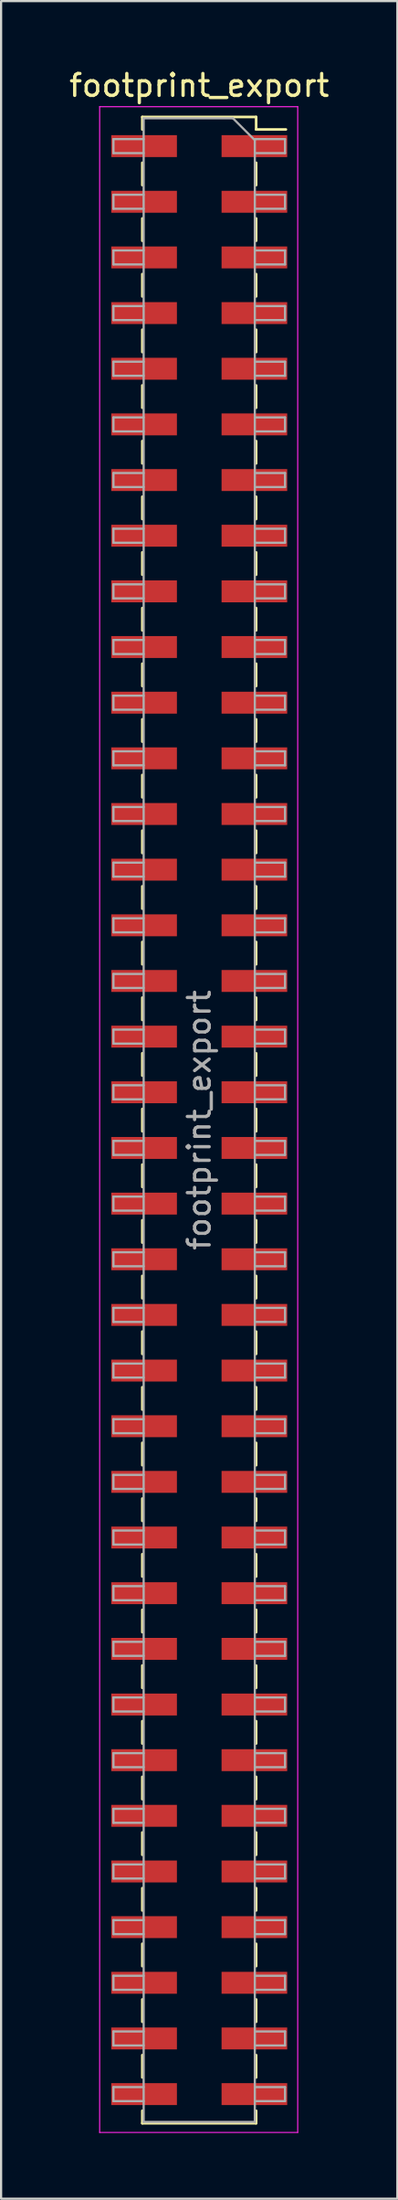
<source format=kicad_pcb>
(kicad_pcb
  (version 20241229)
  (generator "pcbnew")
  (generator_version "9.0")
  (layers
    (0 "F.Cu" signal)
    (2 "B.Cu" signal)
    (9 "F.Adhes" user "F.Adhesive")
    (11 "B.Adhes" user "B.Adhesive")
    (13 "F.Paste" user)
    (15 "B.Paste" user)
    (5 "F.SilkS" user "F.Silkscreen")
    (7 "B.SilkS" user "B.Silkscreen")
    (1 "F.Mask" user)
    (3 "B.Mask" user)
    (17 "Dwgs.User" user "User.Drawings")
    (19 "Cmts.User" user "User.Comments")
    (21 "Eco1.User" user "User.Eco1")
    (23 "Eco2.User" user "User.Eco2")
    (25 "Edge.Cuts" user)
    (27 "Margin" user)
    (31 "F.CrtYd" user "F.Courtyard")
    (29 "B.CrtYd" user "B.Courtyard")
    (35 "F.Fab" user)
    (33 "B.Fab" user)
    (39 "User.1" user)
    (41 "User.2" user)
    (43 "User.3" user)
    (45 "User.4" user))
  (footprint "footprint_export"
    (layer "F.Cu")
    (at 6.054 48.068)
    (property "Reference" "footprint_export" (at 0 -47.22 0) (layer "F.SilkS") (effects (font (size 1 1) (thickness 0.15))))
    (attr smd)
    (fp_line (start -2.6 -45.78) (end -2.6 -45.21) (stroke (width 0.12) (type solid)) (layer "F.SilkS"))
    (fp_line (start -2.6 -45.78) (end 2.6 -45.78) (stroke (width 0.12) (type solid)) (layer "F.SilkS"))
    (fp_line (start -2.6 -43.69) (end -2.6 -42.67) (stroke (width 0.12) (type solid)) (layer "F.SilkS"))
    (fp_line (start -2.6 -41.15) (end -2.6 -40.13) (stroke (width 0.12) (type solid)) (layer "F.SilkS"))
    (fp_line (start -2.6 -38.61) (end -2.6 -37.59) (stroke (width 0.12) (type solid)) (layer "F.SilkS"))
    (fp_line (start -2.6 -36.07) (end -2.6 -35.05) (stroke (width 0.12) (type solid)) (layer "F.SilkS"))
    (fp_line (start -2.6 -33.53) (end -2.6 -32.51) (stroke (width 0.12) (type solid)) (layer "F.SilkS"))
    (fp_line (start -2.6 -30.99) (end -2.6 -29.97) (stroke (width 0.12) (type solid)) (layer "F.SilkS"))
    (fp_line (start -2.6 -28.45) (end -2.6 -27.43) (stroke (width 0.12) (type solid)) (layer "F.SilkS"))
    (fp_line (start -2.6 -25.91) (end -2.6 -24.89) (stroke (width 0.12) (type solid)) (layer "F.SilkS"))
    (fp_line (start -2.6 -23.37) (end -2.6 -22.35) (stroke (width 0.12) (type solid)) (layer "F.SilkS"))
    (fp_line (start -2.6 -20.83) (end -2.6 -19.81) (stroke (width 0.12) (type solid)) (layer "F.SilkS"))
    (fp_line (start -2.6 -18.29) (end -2.6 -17.27) (stroke (width 0.12) (type solid)) (layer "F.SilkS"))
    (fp_line (start -2.6 -15.75) (end -2.6 -14.73) (stroke (width 0.12) (type solid)) (layer "F.SilkS"))
    (fp_line (start -2.6 -13.21) (end -2.6 -12.19) (stroke (width 0.12) (type solid)) (layer "F.SilkS"))
    (fp_line (start -2.6 -10.67) (end -2.6 -9.65) (stroke (width 0.12) (type solid)) (layer "F.SilkS"))
    (fp_line (start -2.6 -8.13) (end -2.6 -7.11) (stroke (width 0.12) (type solid)) (layer "F.SilkS"))
    (fp_line (start -2.6 -5.59) (end -2.6 -4.57) (stroke (width 0.12) (type solid)) (layer "F.SilkS"))
    (fp_line (start -2.6 -3.05) (end -2.6 -2.03) (stroke (width 0.12) (type solid)) (layer "F.SilkS"))
    (fp_line (start -2.6 -0.51) (end -2.6 0.51) (stroke (width 0.12) (type solid)) (layer "F.SilkS"))
    (fp_line (start -2.6 2.03) (end -2.6 3.05) (stroke (width 0.12) (type solid)) (layer "F.SilkS"))
    (fp_line (start -2.6 4.57) (end -2.6 5.59) (stroke (width 0.12) (type solid)) (layer "F.SilkS"))
    (fp_line (start -2.6 7.11) (end -2.6 8.13) (stroke (width 0.12) (type solid)) (layer "F.SilkS"))
    (fp_line (start -2.6 9.65) (end -2.6 10.67) (stroke (width 0.12) (type solid)) (layer "F.SilkS"))
    (fp_line (start -2.6 12.19) (end -2.6 13.21) (stroke (width 0.12) (type solid)) (layer "F.SilkS"))
    (fp_line (start -2.6 14.73) (end -2.6 15.75) (stroke (width 0.12) (type solid)) (layer "F.SilkS"))
    (fp_line (start -2.6 17.27) (end -2.6 18.29) (stroke (width 0.12) (type solid)) (layer "F.SilkS"))
    (fp_line (start -2.6 19.81) (end -2.6 20.83) (stroke (width 0.12) (type solid)) (layer "F.SilkS"))
    (fp_line (start -2.6 22.35) (end -2.6 23.37) (stroke (width 0.12) (type solid)) (layer "F.SilkS"))
    (fp_line (start -2.6 24.89) (end -2.6 25.91) (stroke (width 0.12) (type solid)) (layer "F.SilkS"))
    (fp_line (start -2.6 27.43) (end -2.6 28.45) (stroke (width 0.12) (type solid)) (layer "F.SilkS"))
    (fp_line (start -2.6 29.97) (end -2.6 30.99) (stroke (width 0.12) (type solid)) (layer "F.SilkS"))
    (fp_line (start -2.6 32.51) (end -2.6 33.53) (stroke (width 0.12) (type solid)) (layer "F.SilkS"))
    (fp_line (start -2.6 35.05) (end -2.6 36.07) (stroke (width 0.12) (type solid)) (layer "F.SilkS"))
    (fp_line (start -2.6 37.59) (end -2.6 38.61) (stroke (width 0.12) (type solid)) (layer "F.SilkS"))
    (fp_line (start -2.6 40.13) (end -2.6 41.15) (stroke (width 0.12) (type solid)) (layer "F.SilkS"))
    (fp_line (start -2.6 42.67) (end -2.6 43.69) (stroke (width 0.12) (type solid)) (layer "F.SilkS"))
    (fp_line (start -2.6 45.21) (end -2.6 45.78) (stroke (width 0.12) (type solid)) (layer "F.SilkS"))
    (fp_line (start -2.6 45.78) (end 2.6 45.78) (stroke (width 0.12) (type solid)) (layer "F.SilkS"))
    (fp_line (start 2.6 -45.78) (end 2.6 -45.21) (stroke (width 0.12) (type solid)) (layer "F.SilkS"))
    (fp_line (start 2.6 -45.21) (end 3.96 -45.21) (stroke (width 0.12) (type solid)) (layer "F.SilkS"))
    (fp_line (start 2.6 -43.69) (end 2.6 -42.67) (stroke (width 0.12) (type solid)) (layer "F.SilkS"))
    (fp_line (start 2.6 -41.15) (end 2.6 -40.13) (stroke (width 0.12) (type solid)) (layer "F.SilkS"))
    (fp_line (start 2.6 -38.61) (end 2.6 -37.59) (stroke (width 0.12) (type solid)) (layer "F.SilkS"))
    (fp_line (start 2.6 -36.07) (end 2.6 -35.05) (stroke (width 0.12) (type solid)) (layer "F.SilkS"))
    (fp_line (start 2.6 -33.53) (end 2.6 -32.51) (stroke (width 0.12) (type solid)) (layer "F.SilkS"))
    (fp_line (start 2.6 -30.99) (end 2.6 -29.97) (stroke (width 0.12) (type solid)) (layer "F.SilkS"))
    (fp_line (start 2.6 -28.45) (end 2.6 -27.43) (stroke (width 0.12) (type solid)) (layer "F.SilkS"))
    (fp_line (start 2.6 -25.91) (end 2.6 -24.89) (stroke (width 0.12) (type solid)) (layer "F.SilkS"))
    (fp_line (start 2.6 -23.37) (end 2.6 -22.35) (stroke (width 0.12) (type solid)) (layer "F.SilkS"))
    (fp_line (start 2.6 -20.83) (end 2.6 -19.81) (stroke (width 0.12) (type solid)) (layer "F.SilkS"))
    (fp_line (start 2.6 -18.29) (end 2.6 -17.27) (stroke (width 0.12) (type solid)) (layer "F.SilkS"))
    (fp_line (start 2.6 -15.75) (end 2.6 -14.73) (stroke (width 0.12) (type solid)) (layer "F.SilkS"))
    (fp_line (start 2.6 -13.21) (end 2.6 -12.19) (stroke (width 0.12) (type solid)) (layer "F.SilkS"))
    (fp_line (start 2.6 -10.67) (end 2.6 -9.65) (stroke (width 0.12) (type solid)) (layer "F.SilkS"))
    (fp_line (start 2.6 -8.13) (end 2.6 -7.11) (stroke (width 0.12) (type solid)) (layer "F.SilkS"))
    (fp_line (start 2.6 -5.59) (end 2.6 -4.57) (stroke (width 0.12) (type solid)) (layer "F.SilkS"))
    (fp_line (start 2.6 -3.05) (end 2.6 -2.03) (stroke (width 0.12) (type solid)) (layer "F.SilkS"))
    (fp_line (start 2.6 -0.51) (end 2.6 0.51) (stroke (width 0.12) (type solid)) (layer "F.SilkS"))
    (fp_line (start 2.6 2.03) (end 2.6 3.05) (stroke (width 0.12) (type solid)) (layer "F.SilkS"))
    (fp_line (start 2.6 4.57) (end 2.6 5.59) (stroke (width 0.12) (type solid)) (layer "F.SilkS"))
    (fp_line (start 2.6 7.11) (end 2.6 8.13) (stroke (width 0.12) (type solid)) (layer "F.SilkS"))
    (fp_line (start 2.6 9.65) (end 2.6 10.67) (stroke (width 0.12) (type solid)) (layer "F.SilkS"))
    (fp_line (start 2.6 12.19) (end 2.6 13.21) (stroke (width 0.12) (type solid)) (layer "F.SilkS"))
    (fp_line (start 2.6 14.73) (end 2.6 15.75) (stroke (width 0.12) (type solid)) (layer "F.SilkS"))
    (fp_line (start 2.6 17.27) (end 2.6 18.29) (stroke (width 0.12) (type solid)) (layer "F.SilkS"))
    (fp_line (start 2.6 19.81) (end 2.6 20.83) (stroke (width 0.12) (type solid)) (layer "F.SilkS"))
    (fp_line (start 2.6 22.35) (end 2.6 23.37) (stroke (width 0.12) (type solid)) (layer "F.SilkS"))
    (fp_line (start 2.6 24.89) (end 2.6 25.91) (stroke (width 0.12) (type solid)) (layer "F.SilkS"))
    (fp_line (start 2.6 27.43) (end 2.6 28.45) (stroke (width 0.12) (type solid)) (layer "F.SilkS"))
    (fp_line (start 2.6 29.97) (end 2.6 30.99) (stroke (width 0.12) (type solid)) (layer "F.SilkS"))
    (fp_line (start 2.6 32.51) (end 2.6 33.53) (stroke (width 0.12) (type solid)) (layer "F.SilkS"))
    (fp_line (start 2.6 35.05) (end 2.6 36.07) (stroke (width 0.12) (type solid)) (layer "F.SilkS"))
    (fp_line (start 2.6 37.59) (end 2.6 38.61) (stroke (width 0.12) (type solid)) (layer "F.SilkS"))
    (fp_line (start 2.6 40.13) (end 2.6 41.15) (stroke (width 0.12) (type solid)) (layer "F.SilkS"))
    (fp_line (start 2.6 42.67) (end 2.6 43.69) (stroke (width 0.12) (type solid)) (layer "F.SilkS"))
    (fp_line (start 2.6 45.21) (end 2.6 45.78) (stroke (width 0.12) (type solid)) (layer "F.SilkS"))
    (fp_line (start -4.55 -46.25) (end 4.5 -46.25) (stroke (width 0.05) (type solid)) (layer "F.CrtYd"))
    (fp_line (start -4.55 46.2) (end -4.55 -46.25) (stroke (width 0.05) (type solid)) (layer "F.CrtYd"))
    (fp_line (start 4.5 -46.25) (end 4.5 46.2) (stroke (width 0.05) (type solid)) (layer "F.CrtYd"))
    (fp_line (start 4.5 46.2) (end -4.55 46.2) (stroke (width 0.05) (type solid)) (layer "F.CrtYd"))
    (fp_line (start -3.92 -44.77) (end -2.54 -44.77) (stroke (width 0.1) (type solid)) (layer "F.Fab"))
    (fp_line (start -3.92 -44.13) (end -3.92 -44.77) (stroke (width 0.1) (type solid)) (layer "F.Fab"))
    (fp_line (start -3.92 -42.23) (end -2.54 -42.23) (stroke (width 0.1) (type solid)) (layer "F.Fab"))
    (fp_line (start -3.92 -41.59) (end -3.92 -42.23) (stroke (width 0.1) (type solid)) (layer "F.Fab"))
    (fp_line (start -3.92 -39.69) (end -2.54 -39.69) (stroke (width 0.1) (type solid)) (layer "F.Fab"))
    (fp_line (start -3.92 -39.05) (end -3.92 -39.69) (stroke (width 0.1) (type solid)) (layer "F.Fab"))
    (fp_line (start -3.92 -37.15) (end -2.54 -37.15) (stroke (width 0.1) (type solid)) (layer "F.Fab"))
    (fp_line (start -3.92 -36.51) (end -3.92 -37.15) (stroke (width 0.1) (type solid)) (layer "F.Fab"))
    (fp_line (start -3.92 -34.61) (end -2.54 -34.61) (stroke (width 0.1) (type solid)) (layer "F.Fab"))
    (fp_line (start -3.92 -33.97) (end -3.92 -34.61) (stroke (width 0.1) (type solid)) (layer "F.Fab"))
    (fp_line (start -3.92 -32.07) (end -2.54 -32.07) (stroke (width 0.1) (type solid)) (layer "F.Fab"))
    (fp_line (start -3.92 -31.43) (end -3.92 -32.07) (stroke (width 0.1) (type solid)) (layer "F.Fab"))
    (fp_line (start -3.92 -29.53) (end -2.54 -29.53) (stroke (width 0.1) (type solid)) (layer "F.Fab"))
    (fp_line (start -3.92 -28.89) (end -3.92 -29.53) (stroke (width 0.1) (type solid)) (layer "F.Fab"))
    (fp_line (start -3.92 -26.99) (end -2.54 -26.99) (stroke (width 0.1) (type solid)) (layer "F.Fab"))
    (fp_line (start -3.92 -26.35) (end -3.92 -26.99) (stroke (width 0.1) (type solid)) (layer "F.Fab"))
    (fp_line (start -3.92 -24.45) (end -2.54 -24.45) (stroke (width 0.1) (type solid)) (layer "F.Fab"))
    (fp_line (start -3.92 -23.81) (end -3.92 -24.45) (stroke (width 0.1) (type solid)) (layer "F.Fab"))
    (fp_line (start -3.92 -21.91) (end -2.54 -21.91) (stroke (width 0.1) (type solid)) (layer "F.Fab"))
    (fp_line (start -3.92 -21.27) (end -3.92 -21.91) (stroke (width 0.1) (type solid)) (layer "F.Fab"))
    (fp_line (start -3.92 -19.37) (end -2.54 -19.37) (stroke (width 0.1) (type solid)) (layer "F.Fab"))
    (fp_line (start -3.92 -18.73) (end -3.92 -19.37) (stroke (width 0.1) (type solid)) (layer "F.Fab"))
    (fp_line (start -3.92 -16.83) (end -2.54 -16.83) (stroke (width 0.1) (type solid)) (layer "F.Fab"))
    (fp_line (start -3.92 -16.19) (end -3.92 -16.83) (stroke (width 0.1) (type solid)) (layer "F.Fab"))
    (fp_line (start -3.92 -14.29) (end -2.54 -14.29) (stroke (width 0.1) (type solid)) (layer "F.Fab"))
    (fp_line (start -3.92 -13.65) (end -3.92 -14.29) (stroke (width 0.1) (type solid)) (layer "F.Fab"))
    (fp_line (start -3.92 -11.75) (end -2.54 -11.75) (stroke (width 0.1) (type solid)) (layer "F.Fab"))
    (fp_line (start -3.92 -11.11) (end -3.92 -11.75) (stroke (width 0.1) (type solid)) (layer "F.Fab"))
    (fp_line (start -3.92 -9.21) (end -2.54 -9.21) (stroke (width 0.1) (type solid)) (layer "F.Fab"))
    (fp_line (start -3.92 -8.57) (end -3.92 -9.21) (stroke (width 0.1) (type solid)) (layer "F.Fab"))
    (fp_line (start -3.92 -6.67) (end -2.54 -6.67) (stroke (width 0.1) (type solid)) (layer "F.Fab"))
    (fp_line (start -3.92 -6.03) (end -3.92 -6.67) (stroke (width 0.1) (type solid)) (layer "F.Fab"))
    (fp_line (start -3.92 -4.13) (end -2.54 -4.13) (stroke (width 0.1) (type solid)) (layer "F.Fab"))
    (fp_line (start -3.92 -3.49) (end -3.92 -4.13) (stroke (width 0.1) (type solid)) (layer "F.Fab"))
    (fp_line (start -3.92 -1.59) (end -2.54 -1.59) (stroke (width 0.1) (type solid)) (layer "F.Fab"))
    (fp_line (start -3.92 -0.95) (end -3.92 -1.59) (stroke (width 0.1) (type solid)) (layer "F.Fab"))
    (fp_line (start -3.92 0.95) (end -2.54 0.95) (stroke (width 0.1) (type solid)) (layer "F.Fab"))
    (fp_line (start -3.92 1.59) (end -3.92 0.95) (stroke (width 0.1) (type solid)) (layer "F.Fab"))
    (fp_line (start -3.92 3.49) (end -2.54 3.49) (stroke (width 0.1) (type solid)) (layer "F.Fab"))
    (fp_line (start -3.92 4.13) (end -3.92 3.49) (stroke (width 0.1) (type solid)) (layer "F.Fab"))
    (fp_line (start -3.92 6.03) (end -2.54 6.03) (stroke (width 0.1) (type solid)) (layer "F.Fab"))
    (fp_line (start -3.92 6.67) (end -3.92 6.03) (stroke (width 0.1) (type solid)) (layer "F.Fab"))
    (fp_line (start -3.92 8.57) (end -2.54 8.57) (stroke (width 0.1) (type solid)) (layer "F.Fab"))
    (fp_line (start -3.92 9.21) (end -3.92 8.57) (stroke (width 0.1) (type solid)) (layer "F.Fab"))
    (fp_line (start -3.92 11.11) (end -2.54 11.11) (stroke (width 0.1) (type solid)) (layer "F.Fab"))
    (fp_line (start -3.92 11.75) (end -3.92 11.11) (stroke (width 0.1) (type solid)) (layer "F.Fab"))
    (fp_line (start -3.92 13.65) (end -2.54 13.65) (stroke (width 0.1) (type solid)) (layer "F.Fab"))
    (fp_line (start -3.92 14.29) (end -3.92 13.65) (stroke (width 0.1) (type solid)) (layer "F.Fab"))
    (fp_line (start -3.92 16.19) (end -2.54 16.19) (stroke (width 0.1) (type solid)) (layer "F.Fab"))
    (fp_line (start -3.92 16.83) (end -3.92 16.19) (stroke (width 0.1) (type solid)) (layer "F.Fab"))
    (fp_line (start -3.92 18.73) (end -2.54 18.73) (stroke (width 0.1) (type solid)) (layer "F.Fab"))
    (fp_line (start -3.92 19.37) (end -3.92 18.73) (stroke (width 0.1) (type solid)) (layer "F.Fab"))
    (fp_line (start -3.92 21.27) (end -2.54 21.27) (stroke (width 0.1) (type solid)) (layer "F.Fab"))
    (fp_line (start -3.92 21.91) (end -3.92 21.27) (stroke (width 0.1) (type solid)) (layer "F.Fab"))
    (fp_line (start -3.92 23.81) (end -2.54 23.81) (stroke (width 0.1) (type solid)) (layer "F.Fab"))
    (fp_line (start -3.92 24.45) (end -3.92 23.81) (stroke (width 0.1) (type solid)) (layer "F.Fab"))
    (fp_line (start -3.92 26.35) (end -2.54 26.35) (stroke (width 0.1) (type solid)) (layer "F.Fab"))
    (fp_line (start -3.92 26.99) (end -3.92 26.35) (stroke (width 0.1) (type solid)) (layer "F.Fab"))
    (fp_line (start -3.92 28.89) (end -2.54 28.89) (stroke (width 0.1) (type solid)) (layer "F.Fab"))
    (fp_line (start -3.92 29.53) (end -3.92 28.89) (stroke (width 0.1) (type solid)) (layer "F.Fab"))
    (fp_line (start -3.92 31.43) (end -2.54 31.43) (stroke (width 0.1) (type solid)) (layer "F.Fab"))
    (fp_line (start -3.92 32.07) (end -3.92 31.43) (stroke (width 0.1) (type solid)) (layer "F.Fab"))
    (fp_line (start -3.92 33.97) (end -2.54 33.97) (stroke (width 0.1) (type solid)) (layer "F.Fab"))
    (fp_line (start -3.92 34.61) (end -3.92 33.97) (stroke (width 0.1) (type solid)) (layer "F.Fab"))
    (fp_line (start -3.92 36.51) (end -2.54 36.51) (stroke (width 0.1) (type solid)) (layer "F.Fab"))
    (fp_line (start -3.92 37.15) (end -3.92 36.51) (stroke (width 0.1) (type solid)) (layer "F.Fab"))
    (fp_line (start -3.92 39.05) (end -2.54 39.05) (stroke (width 0.1) (type solid)) (layer "F.Fab"))
    (fp_line (start -3.92 39.69) (end -3.92 39.05) (stroke (width 0.1) (type solid)) (layer "F.Fab"))
    (fp_line (start -3.92 41.59) (end -2.54 41.59) (stroke (width 0.1) (type solid)) (layer "F.Fab"))
    (fp_line (start -3.92 42.23) (end -3.92 41.59) (stroke (width 0.1) (type solid)) (layer "F.Fab"))
    (fp_line (start -3.92 44.13) (end -2.54 44.13) (stroke (width 0.1) (type solid)) (layer "F.Fab"))
    (fp_line (start -3.92 44.77) (end -3.92 44.13) (stroke (width 0.1) (type solid)) (layer "F.Fab"))
    (fp_line (start -2.54 -45.72) (end 1.54 -45.72) (stroke (width 0.1) (type solid)) (layer "F.Fab"))
    (fp_line (start -2.54 -44.13) (end -3.92 -44.13) (stroke (width 0.1) (type solid)) (layer "F.Fab"))
    (fp_line (start -2.54 -41.59) (end -3.92 -41.59) (stroke (width 0.1) (type solid)) (layer "F.Fab"))
    (fp_line (start -2.54 -39.05) (end -3.92 -39.05) (stroke (width 0.1) (type solid)) (layer "F.Fab"))
    (fp_line (start -2.54 -36.51) (end -3.92 -36.51) (stroke (width 0.1) (type solid)) (layer "F.Fab"))
    (fp_line (start -2.54 -33.97) (end -3.92 -33.97) (stroke (width 0.1) (type solid)) (layer "F.Fab"))
    (fp_line (start -2.54 -31.43) (end -3.92 -31.43) (stroke (width 0.1) (type solid)) (layer "F.Fab"))
    (fp_line (start -2.54 -28.89) (end -3.92 -28.89) (stroke (width 0.1) (type solid)) (layer "F.Fab"))
    (fp_line (start -2.54 -26.35) (end -3.92 -26.35) (stroke (width 0.1) (type solid)) (layer "F.Fab"))
    (fp_line (start -2.54 -23.81) (end -3.92 -23.81) (stroke (width 0.1) (type solid)) (layer "F.Fab"))
    (fp_line (start -2.54 -21.27) (end -3.92 -21.27) (stroke (width 0.1) (type solid)) (layer "F.Fab"))
    (fp_line (start -2.54 -18.73) (end -3.92 -18.73) (stroke (width 0.1) (type solid)) (layer "F.Fab"))
    (fp_line (start -2.54 -16.19) (end -3.92 -16.19) (stroke (width 0.1) (type solid)) (layer "F.Fab"))
    (fp_line (start -2.54 -13.65) (end -3.92 -13.65) (stroke (width 0.1) (type solid)) (layer "F.Fab"))
    (fp_line (start -2.54 -11.11) (end -3.92 -11.11) (stroke (width 0.1) (type solid)) (layer "F.Fab"))
    (fp_line (start -2.54 -8.57) (end -3.92 -8.57) (stroke (width 0.1) (type solid)) (layer "F.Fab"))
    (fp_line (start -2.54 -6.03) (end -3.92 -6.03) (stroke (width 0.1) (type solid)) (layer "F.Fab"))
    (fp_line (start -2.54 -3.49) (end -3.92 -3.49) (stroke (width 0.1) (type solid)) (layer "F.Fab"))
    (fp_line (start -2.54 -0.95) (end -3.92 -0.95) (stroke (width 0.1) (type solid)) (layer "F.Fab"))
    (fp_line (start -2.54 1.59) (end -3.92 1.59) (stroke (width 0.1) (type solid)) (layer "F.Fab"))
    (fp_line (start -2.54 4.13) (end -3.92 4.13) (stroke (width 0.1) (type solid)) (layer "F.Fab"))
    (fp_line (start -2.54 6.67) (end -3.92 6.67) (stroke (width 0.1) (type solid)) (layer "F.Fab"))
    (fp_line (start -2.54 9.21) (end -3.92 9.21) (stroke (width 0.1) (type solid)) (layer "F.Fab"))
    (fp_line (start -2.54 11.75) (end -3.92 11.75) (stroke (width 0.1) (type solid)) (layer "F.Fab"))
    (fp_line (start -2.54 14.29) (end -3.92 14.29) (stroke (width 0.1) (type solid)) (layer "F.Fab"))
    (fp_line (start -2.54 16.83) (end -3.92 16.83) (stroke (width 0.1) (type solid)) (layer "F.Fab"))
    (fp_line (start -2.54 19.37) (end -3.92 19.37) (stroke (width 0.1) (type solid)) (layer "F.Fab"))
    (fp_line (start -2.54 21.91) (end -3.92 21.91) (stroke (width 0.1) (type solid)) (layer "F.Fab"))
    (fp_line (start -2.54 24.45) (end -3.92 24.45) (stroke (width 0.1) (type solid)) (layer "F.Fab"))
    (fp_line (start -2.54 26.99) (end -3.92 26.99) (stroke (width 0.1) (type solid)) (layer "F.Fab"))
    (fp_line (start -2.54 29.53) (end -3.92 29.53) (stroke (width 0.1) (type solid)) (layer "F.Fab"))
    (fp_line (start -2.54 32.07) (end -3.92 32.07) (stroke (width 0.1) (type solid)) (layer "F.Fab"))
    (fp_line (start -2.54 34.61) (end -3.92 34.61) (stroke (width 0.1) (type solid)) (layer "F.Fab"))
    (fp_line (start -2.54 37.15) (end -3.92 37.15) (stroke (width 0.1) (type solid)) (layer "F.Fab"))
    (fp_line (start -2.54 39.69) (end -3.92 39.69) (stroke (width 0.1) (type solid)) (layer "F.Fab"))
    (fp_line (start -2.54 42.23) (end -3.92 42.23) (stroke (width 0.1) (type solid)) (layer "F.Fab"))
    (fp_line (start -2.54 44.77) (end -3.92 44.77) (stroke (width 0.1) (type solid)) (layer "F.Fab"))
    (fp_line (start -2.54 45.72) (end -2.54 -45.72) (stroke (width 0.1) (type solid)) (layer "F.Fab"))
    (fp_line (start 1.54 -45.72) (end 2.54 -44.72) (stroke (width 0.1) (type solid)) (layer "F.Fab"))
    (fp_line (start 2.54 -44.77) (end 3.92 -44.77) (stroke (width 0.1) (type solid)) (layer "F.Fab"))
    (fp_line (start 2.54 -44.72) (end 2.54 45.72) (stroke (width 0.1) (type solid)) (layer "F.Fab"))
    (fp_line (start 2.54 -42.23) (end 3.92 -42.23) (stroke (width 0.1) (type solid)) (layer "F.Fab"))
    (fp_line (start 2.54 -39.69) (end 3.92 -39.69) (stroke (width 0.1) (type solid)) (layer "F.Fab"))
    (fp_line (start 2.54 -37.15) (end 3.92 -37.15) (stroke (width 0.1) (type solid)) (layer "F.Fab"))
    (fp_line (start 2.54 -34.61) (end 3.92 -34.61) (stroke (width 0.1) (type solid)) (layer "F.Fab"))
    (fp_line (start 2.54 -32.07) (end 3.92 -32.07) (stroke (width 0.1) (type solid)) (layer "F.Fab"))
    (fp_line (start 2.54 -29.53) (end 3.92 -29.53) (stroke (width 0.1) (type solid)) (layer "F.Fab"))
    (fp_line (start 2.54 -26.99) (end 3.92 -26.99) (stroke (width 0.1) (type solid)) (layer "F.Fab"))
    (fp_line (start 2.54 -24.45) (end 3.92 -24.45) (stroke (width 0.1) (type solid)) (layer "F.Fab"))
    (fp_line (start 2.54 -21.91) (end 3.92 -21.91) (stroke (width 0.1) (type solid)) (layer "F.Fab"))
    (fp_line (start 2.54 -19.37) (end 3.92 -19.37) (stroke (width 0.1) (type solid)) (layer "F.Fab"))
    (fp_line (start 2.54 -16.83) (end 3.92 -16.83) (stroke (width 0.1) (type solid)) (layer "F.Fab"))
    (fp_line (start 2.54 -14.29) (end 3.92 -14.29) (stroke (width 0.1) (type solid)) (layer "F.Fab"))
    (fp_line (start 2.54 -11.75) (end 3.92 -11.75) (stroke (width 0.1) (type solid)) (layer "F.Fab"))
    (fp_line (start 2.54 -9.21) (end 3.92 -9.21) (stroke (width 0.1) (type solid)) (layer "F.Fab"))
    (fp_line (start 2.54 -6.67) (end 3.92 -6.67) (stroke (width 0.1) (type solid)) (layer "F.Fab"))
    (fp_line (start 2.54 -4.13) (end 3.92 -4.13) (stroke (width 0.1) (type solid)) (layer "F.Fab"))
    (fp_line (start 2.54 -1.59) (end 3.92 -1.59) (stroke (width 0.1) (type solid)) (layer "F.Fab"))
    (fp_line (start 2.54 0.95) (end 3.92 0.95) (stroke (width 0.1) (type solid)) (layer "F.Fab"))
    (fp_line (start 2.54 3.49) (end 3.92 3.49) (stroke (width 0.1) (type solid)) (layer "F.Fab"))
    (fp_line (start 2.54 6.03) (end 3.92 6.03) (stroke (width 0.1) (type solid)) (layer "F.Fab"))
    (fp_line (start 2.54 8.57) (end 3.92 8.57) (stroke (width 0.1) (type solid)) (layer "F.Fab"))
    (fp_line (start 2.54 11.11) (end 3.92 11.11) (stroke (width 0.1) (type solid)) (layer "F.Fab"))
    (fp_line (start 2.54 13.65) (end 3.92 13.65) (stroke (width 0.1) (type solid)) (layer "F.Fab"))
    (fp_line (start 2.54 16.19) (end 3.92 16.19) (stroke (width 0.1) (type solid)) (layer "F.Fab"))
    (fp_line (start 2.54 18.73) (end 3.92 18.73) (stroke (width 0.1) (type solid)) (layer "F.Fab"))
    (fp_line (start 2.54 21.27) (end 3.92 21.27) (stroke (width 0.1) (type solid)) (layer "F.Fab"))
    (fp_line (start 2.54 23.81) (end 3.92 23.81) (stroke (width 0.1) (type solid)) (layer "F.Fab"))
    (fp_line (start 2.54 26.35) (end 3.92 26.35) (stroke (width 0.1) (type solid)) (layer "F.Fab"))
    (fp_line (start 2.54 28.89) (end 3.92 28.89) (stroke (width 0.1) (type solid)) (layer "F.Fab"))
    (fp_line (start 2.54 31.43) (end 3.92 31.43) (stroke (width 0.1) (type solid)) (layer "F.Fab"))
    (fp_line (start 2.54 33.97) (end 3.92 33.97) (stroke (width 0.1) (type solid)) (layer "F.Fab"))
    (fp_line (start 2.54 36.51) (end 3.92 36.51) (stroke (width 0.1) (type solid)) (layer "F.Fab"))
    (fp_line (start 2.54 39.05) (end 3.92 39.05) (stroke (width 0.1) (type solid)) (layer "F.Fab"))
    (fp_line (start 2.54 41.59) (end 3.92 41.59) (stroke (width 0.1) (type solid)) (layer "F.Fab"))
    (fp_line (start 2.54 44.13) (end 3.92 44.13) (stroke (width 0.1) (type solid)) (layer "F.Fab"))
    (fp_line (start 2.54 45.72) (end -2.54 45.72) (stroke (width 0.1) (type solid)) (layer "F.Fab"))
    (fp_line (start 3.92 -44.77) (end 3.92 -44.13) (stroke (width 0.1) (type solid)) (layer "F.Fab"))
    (fp_line (start 3.92 -44.13) (end 2.54 -44.13) (stroke (width 0.1) (type solid)) (layer "F.Fab"))
    (fp_line (start 3.92 -42.23) (end 3.92 -41.59) (stroke (width 0.1) (type solid)) (layer "F.Fab"))
    (fp_line (start 3.92 -41.59) (end 2.54 -41.59) (stroke (width 0.1) (type solid)) (layer "F.Fab"))
    (fp_line (start 3.92 -39.69) (end 3.92 -39.05) (stroke (width 0.1) (type solid)) (layer "F.Fab"))
    (fp_line (start 3.92 -39.05) (end 2.54 -39.05) (stroke (width 0.1) (type solid)) (layer "F.Fab"))
    (fp_line (start 3.92 -37.15) (end 3.92 -36.51) (stroke (width 0.1) (type solid)) (layer "F.Fab"))
    (fp_line (start 3.92 -36.51) (end 2.54 -36.51) (stroke (width 0.1) (type solid)) (layer "F.Fab"))
    (fp_line (start 3.92 -34.61) (end 3.92 -33.97) (stroke (width 0.1) (type solid)) (layer "F.Fab"))
    (fp_line (start 3.92 -33.97) (end 2.54 -33.97) (stroke (width 0.1) (type solid)) (layer "F.Fab"))
    (fp_line (start 3.92 -32.07) (end 3.92 -31.43) (stroke (width 0.1) (type solid)) (layer "F.Fab"))
    (fp_line (start 3.92 -31.43) (end 2.54 -31.43) (stroke (width 0.1) (type solid)) (layer "F.Fab"))
    (fp_line (start 3.92 -29.53) (end 3.92 -28.89) (stroke (width 0.1) (type solid)) (layer "F.Fab"))
    (fp_line (start 3.92 -28.89) (end 2.54 -28.89) (stroke (width 0.1) (type solid)) (layer "F.Fab"))
    (fp_line (start 3.92 -26.99) (end 3.92 -26.35) (stroke (width 0.1) (type solid)) (layer "F.Fab"))
    (fp_line (start 3.92 -26.35) (end 2.54 -26.35) (stroke (width 0.1) (type solid)) (layer "F.Fab"))
    (fp_line (start 3.92 -24.45) (end 3.92 -23.81) (stroke (width 0.1) (type solid)) (layer "F.Fab"))
    (fp_line (start 3.92 -23.81) (end 2.54 -23.81) (stroke (width 0.1) (type solid)) (layer "F.Fab"))
    (fp_line (start 3.92 -21.91) (end 3.92 -21.27) (stroke (width 0.1) (type solid)) (layer "F.Fab"))
    (fp_line (start 3.92 -21.27) (end 2.54 -21.27) (stroke (width 0.1) (type solid)) (layer "F.Fab"))
    (fp_line (start 3.92 -19.37) (end 3.92 -18.73) (stroke (width 0.1) (type solid)) (layer "F.Fab"))
    (fp_line (start 3.92 -18.73) (end 2.54 -18.73) (stroke (width 0.1) (type solid)) (layer "F.Fab"))
    (fp_line (start 3.92 -16.83) (end 3.92 -16.19) (stroke (width 0.1) (type solid)) (layer "F.Fab"))
    (fp_line (start 3.92 -16.19) (end 2.54 -16.19) (stroke (width 0.1) (type solid)) (layer "F.Fab"))
    (fp_line (start 3.92 -14.29) (end 3.92 -13.65) (stroke (width 0.1) (type solid)) (layer "F.Fab"))
    (fp_line (start 3.92 -13.65) (end 2.54 -13.65) (stroke (width 0.1) (type solid)) (layer "F.Fab"))
    (fp_line (start 3.92 -11.75) (end 3.92 -11.11) (stroke (width 0.1) (type solid)) (layer "F.Fab"))
    (fp_line (start 3.92 -11.11) (end 2.54 -11.11) (stroke (width 0.1) (type solid)) (layer "F.Fab"))
    (fp_line (start 3.92 -9.21) (end 3.92 -8.57) (stroke (width 0.1) (type solid)) (layer "F.Fab"))
    (fp_line (start 3.92 -8.57) (end 2.54 -8.57) (stroke (width 0.1) (type solid)) (layer "F.Fab"))
    (fp_line (start 3.92 -6.67) (end 3.92 -6.03) (stroke (width 0.1) (type solid)) (layer "F.Fab"))
    (fp_line (start 3.92 -6.03) (end 2.54 -6.03) (stroke (width 0.1) (type solid)) (layer "F.Fab"))
    (fp_line (start 3.92 -4.13) (end 3.92 -3.49) (stroke (width 0.1) (type solid)) (layer "F.Fab"))
    (fp_line (start 3.92 -3.49) (end 2.54 -3.49) (stroke (width 0.1) (type solid)) (layer "F.Fab"))
    (fp_line (start 3.92 -1.59) (end 3.92 -0.95) (stroke (width 0.1) (type solid)) (layer "F.Fab"))
    (fp_line (start 3.92 -0.95) (end 2.54 -0.95) (stroke (width 0.1) (type solid)) (layer "F.Fab"))
    (fp_line (start 3.92 0.95) (end 3.92 1.59) (stroke (width 0.1) (type solid)) (layer "F.Fab"))
    (fp_line (start 3.92 1.59) (end 2.54 1.59) (stroke (width 0.1) (type solid)) (layer "F.Fab"))
    (fp_line (start 3.92 3.49) (end 3.92 4.13) (stroke (width 0.1) (type solid)) (layer "F.Fab"))
    (fp_line (start 3.92 4.13) (end 2.54 4.13) (stroke (width 0.1) (type solid)) (layer "F.Fab"))
    (fp_line (start 3.92 6.03) (end 3.92 6.67) (stroke (width 0.1) (type solid)) (layer "F.Fab"))
    (fp_line (start 3.92 6.67) (end 2.54 6.67) (stroke (width 0.1) (type solid)) (layer "F.Fab"))
    (fp_line (start 3.92 8.57) (end 3.92 9.21) (stroke (width 0.1) (type solid)) (layer "F.Fab"))
    (fp_line (start 3.92 9.21) (end 2.54 9.21) (stroke (width 0.1) (type solid)) (layer "F.Fab"))
    (fp_line (start 3.92 11.11) (end 3.92 11.75) (stroke (width 0.1) (type solid)) (layer "F.Fab"))
    (fp_line (start 3.92 11.75) (end 2.54 11.75) (stroke (width 0.1) (type solid)) (layer "F.Fab"))
    (fp_line (start 3.92 13.65) (end 3.92 14.29) (stroke (width 0.1) (type solid)) (layer "F.Fab"))
    (fp_line (start 3.92 14.29) (end 2.54 14.29) (stroke (width 0.1) (type solid)) (layer "F.Fab"))
    (fp_line (start 3.92 16.19) (end 3.92 16.83) (stroke (width 0.1) (type solid)) (layer "F.Fab"))
    (fp_line (start 3.92 16.83) (end 2.54 16.83) (stroke (width 0.1) (type solid)) (layer "F.Fab"))
    (fp_line (start 3.92 18.73) (end 3.92 19.37) (stroke (width 0.1) (type solid)) (layer "F.Fab"))
    (fp_line (start 3.92 19.37) (end 2.54 19.37) (stroke (width 0.1) (type solid)) (layer "F.Fab"))
    (fp_line (start 3.92 21.27) (end 3.92 21.91) (stroke (width 0.1) (type solid)) (layer "F.Fab"))
    (fp_line (start 3.92 21.91) (end 2.54 21.91) (stroke (width 0.1) (type solid)) (layer "F.Fab"))
    (fp_line (start 3.92 23.81) (end 3.92 24.45) (stroke (width 0.1) (type solid)) (layer "F.Fab"))
    (fp_line (start 3.92 24.45) (end 2.54 24.45) (stroke (width 0.1) (type solid)) (layer "F.Fab"))
    (fp_line (start 3.92 26.35) (end 3.92 26.99) (stroke (width 0.1) (type solid)) (layer "F.Fab"))
    (fp_line (start 3.92 26.99) (end 2.54 26.99) (stroke (width 0.1) (type solid)) (layer "F.Fab"))
    (fp_line (start 3.92 28.89) (end 3.92 29.53) (stroke (width 0.1) (type solid)) (layer "F.Fab"))
    (fp_line (start 3.92 29.53) (end 2.54 29.53) (stroke (width 0.1) (type solid)) (layer "F.Fab"))
    (fp_line (start 3.92 31.43) (end 3.92 32.07) (stroke (width 0.1) (type solid)) (layer "F.Fab"))
    (fp_line (start 3.92 32.07) (end 2.54 32.07) (stroke (width 0.1) (type solid)) (layer "F.Fab"))
    (fp_line (start 3.92 33.97) (end 3.92 34.61) (stroke (width 0.1) (type solid)) (layer "F.Fab"))
    (fp_line (start 3.92 34.61) (end 2.54 34.61) (stroke (width 0.1) (type solid)) (layer "F.Fab"))
    (fp_line (start 3.92 36.51) (end 3.92 37.15) (stroke (width 0.1) (type solid)) (layer "F.Fab"))
    (fp_line (start 3.92 37.15) (end 2.54 37.15) (stroke (width 0.1) (type solid)) (layer "F.Fab"))
    (fp_line (start 3.92 39.05) (end 3.92 39.69) (stroke (width 0.1) (type solid)) (layer "F.Fab"))
    (fp_line (start 3.92 39.69) (end 2.54 39.69) (stroke (width 0.1) (type solid)) (layer "F.Fab"))
    (fp_line (start 3.92 41.59) (end 3.92 42.23) (stroke (width 0.1) (type solid)) (layer "F.Fab"))
    (fp_line (start 3.92 42.23) (end 2.54 42.23) (stroke (width 0.1) (type solid)) (layer "F.Fab"))
    (fp_line (start 3.92 44.13) (end 3.92 44.77) (stroke (width 0.1) (type solid)) (layer "F.Fab"))
    (fp_line (start 3.92 44.77) (end 2.54 44.77) (stroke (width 0.1) (type solid)) (layer "F.Fab"))
    (fp_text user "${REFERENCE}" (at 0 0 90) (layer "F.Fab") (effects (font (size 1 1) (thickness 0.15))))
    (pad "1" smd rect (at 2.52 -44.45) (size 3 1) (layers "F.Cu" "F.Mask" "F.Paste"))
    (pad "2" smd rect (at -2.52 -44.45) (size 3 1) (layers "F.Cu" "F.Mask" "F.Paste"))
    (pad "3" smd rect (at 2.52 -41.91) (size 3 1) (layers "F.Cu" "F.Mask" "F.Paste"))
    (pad "4" smd rect (at -2.52 -41.91) (size 3 1) (layers "F.Cu" "F.Mask" "F.Paste"))
    (pad "5" smd rect (at 2.52 -39.37) (size 3 1) (layers "F.Cu" "F.Mask" "F.Paste"))
    (pad "6" smd rect (at -2.52 -39.37) (size 3 1) (layers "F.Cu" "F.Mask" "F.Paste"))
    (pad "7" smd rect (at 2.52 -36.83) (size 3 1) (layers "F.Cu" "F.Mask" "F.Paste"))
    (pad "8" smd rect (at -2.52 -36.83) (size 3 1) (layers "F.Cu" "F.Mask" "F.Paste"))
    (pad "9" smd rect (at 2.52 -34.29) (size 3 1) (layers "F.Cu" "F.Mask" "F.Paste"))
    (pad "10" smd rect (at -2.52 -34.29) (size 3 1) (layers "F.Cu" "F.Mask" "F.Paste"))
    (pad "11" smd rect (at 2.52 -31.75) (size 3 1) (layers "F.Cu" "F.Mask" "F.Paste"))
    (pad "12" smd rect (at -2.52 -31.75) (size 3 1) (layers "F.Cu" "F.Mask" "F.Paste"))
    (pad "13" smd rect (at 2.52 -29.21) (size 3 1) (layers "F.Cu" "F.Mask" "F.Paste"))
    (pad "14" smd rect (at -2.52 -29.21) (size 3 1) (layers "F.Cu" "F.Mask" "F.Paste"))
    (pad "15" smd rect (at 2.52 -26.67) (size 3 1) (layers "F.Cu" "F.Mask" "F.Paste"))
    (pad "16" smd rect (at -2.52 -26.67) (size 3 1) (layers "F.Cu" "F.Mask" "F.Paste"))
    (pad "17" smd rect (at 2.52 -24.13) (size 3 1) (layers "F.Cu" "F.Mask" "F.Paste"))
    (pad "18" smd rect (at -2.52 -24.13) (size 3 1) (layers "F.Cu" "F.Mask" "F.Paste"))
    (pad "19" smd rect (at 2.52 -21.59) (size 3 1) (layers "F.Cu" "F.Mask" "F.Paste"))
    (pad "20" smd rect (at -2.52 -21.59) (size 3 1) (layers "F.Cu" "F.Mask" "F.Paste"))
    (pad "21" smd rect (at 2.52 -19.05) (size 3 1) (layers "F.Cu" "F.Mask" "F.Paste"))
    (pad "22" smd rect (at -2.52 -19.05) (size 3 1) (layers "F.Cu" "F.Mask" "F.Paste"))
    (pad "23" smd rect (at 2.52 -16.51) (size 3 1) (layers "F.Cu" "F.Mask" "F.Paste"))
    (pad "24" smd rect (at -2.52 -16.51) (size 3 1) (layers "F.Cu" "F.Mask" "F.Paste"))
    (pad "25" smd rect (at 2.52 -13.97) (size 3 1) (layers "F.Cu" "F.Mask" "F.Paste"))
    (pad "26" smd rect (at -2.52 -13.97) (size 3 1) (layers "F.Cu" "F.Mask" "F.Paste"))
    (pad "27" smd rect (at 2.52 -11.43) (size 3 1) (layers "F.Cu" "F.Mask" "F.Paste"))
    (pad "28" smd rect (at -2.52 -11.43) (size 3 1) (layers "F.Cu" "F.Mask" "F.Paste"))
    (pad "29" smd rect (at 2.52 -8.89) (size 3 1) (layers "F.Cu" "F.Mask" "F.Paste"))
    (pad "30" smd rect (at -2.52 -8.89) (size 3 1) (layers "F.Cu" "F.Mask" "F.Paste"))
    (pad "31" smd rect (at 2.52 -6.35) (size 3 1) (layers "F.Cu" "F.Mask" "F.Paste"))
    (pad "32" smd rect (at -2.52 -6.35) (size 3 1) (layers "F.Cu" "F.Mask" "F.Paste"))
    (pad "33" smd rect (at 2.52 -3.81) (size 3 1) (layers "F.Cu" "F.Mask" "F.Paste"))
    (pad "34" smd rect (at -2.52 -3.81) (size 3 1) (layers "F.Cu" "F.Mask" "F.Paste"))
    (pad "35" smd rect (at 2.52 -1.27) (size 3 1) (layers "F.Cu" "F.Mask" "F.Paste"))
    (pad "36" smd rect (at -2.52 -1.27) (size 3 1) (layers "F.Cu" "F.Mask" "F.Paste"))
    (pad "37" smd rect (at 2.52 1.27) (size 3 1) (layers "F.Cu" "F.Mask" "F.Paste"))
    (pad "38" smd rect (at -2.52 1.27) (size 3 1) (layers "F.Cu" "F.Mask" "F.Paste"))
    (pad "39" smd rect (at 2.52 3.81) (size 3 1) (layers "F.Cu" "F.Mask" "F.Paste"))
    (pad "40" smd rect (at -2.52 3.81) (size 3 1) (layers "F.Cu" "F.Mask" "F.Paste"))
    (pad "41" smd rect (at 2.52 6.35) (size 3 1) (layers "F.Cu" "F.Mask" "F.Paste"))
    (pad "42" smd rect (at -2.52 6.35) (size 3 1) (layers "F.Cu" "F.Mask" "F.Paste"))
    (pad "43" smd rect (at 2.52 8.89) (size 3 1) (layers "F.Cu" "F.Mask" "F.Paste"))
    (pad "44" smd rect (at -2.52 8.89) (size 3 1) (layers "F.Cu" "F.Mask" "F.Paste"))
    (pad "45" smd rect (at 2.52 11.43) (size 3 1) (layers "F.Cu" "F.Mask" "F.Paste"))
    (pad "46" smd rect (at -2.52 11.43) (size 3 1) (layers "F.Cu" "F.Mask" "F.Paste"))
    (pad "47" smd rect (at 2.52 13.97) (size 3 1) (layers "F.Cu" "F.Mask" "F.Paste"))
    (pad "48" smd rect (at -2.52 13.97) (size 3 1) (layers "F.Cu" "F.Mask" "F.Paste"))
    (pad "49" smd rect (at 2.52 16.51) (size 3 1) (layers "F.Cu" "F.Mask" "F.Paste"))
    (pad "50" smd rect (at -2.52 16.51) (size 3 1) (layers "F.Cu" "F.Mask" "F.Paste"))
    (pad "51" smd rect (at 2.52 19.05) (size 3 1) (layers "F.Cu" "F.Mask" "F.Paste"))
    (pad "52" smd rect (at -2.52 19.05) (size 3 1) (layers "F.Cu" "F.Mask" "F.Paste"))
    (pad "53" smd rect (at 2.52 21.59) (size 3 1) (layers "F.Cu" "F.Mask" "F.Paste"))
    (pad "54" smd rect (at -2.52 21.59) (size 3 1) (layers "F.Cu" "F.Mask" "F.Paste"))
    (pad "55" smd rect (at 2.52 24.13) (size 3 1) (layers "F.Cu" "F.Mask" "F.Paste"))
    (pad "56" smd rect (at -2.52 24.13) (size 3 1) (layers "F.Cu" "F.Mask" "F.Paste"))
    (pad "57" smd rect (at 2.52 26.67) (size 3 1) (layers "F.Cu" "F.Mask" "F.Paste"))
    (pad "58" smd rect (at -2.52 26.67) (size 3 1) (layers "F.Cu" "F.Mask" "F.Paste"))
    (pad "59" smd rect (at 2.52 29.21) (size 3 1) (layers "F.Cu" "F.Mask" "F.Paste"))
    (pad "60" smd rect (at -2.52 29.21) (size 3 1) (layers "F.Cu" "F.Mask" "F.Paste"))
    (pad "61" smd rect (at 2.52 31.75) (size 3 1) (layers "F.Cu" "F.Mask" "F.Paste"))
    (pad "62" smd rect (at -2.52 31.75) (size 3 1) (layers "F.Cu" "F.Mask" "F.Paste"))
    (pad "63" smd rect (at 2.52 34.29) (size 3 1) (layers "F.Cu" "F.Mask" "F.Paste"))
    (pad "64" smd rect (at -2.52 34.29) (size 3 1) (layers "F.Cu" "F.Mask" "F.Paste"))
    (pad "65" smd rect (at 2.52 36.83) (size 3 1) (layers "F.Cu" "F.Mask" "F.Paste"))
    (pad "66" smd rect (at -2.52 36.83) (size 3 1) (layers "F.Cu" "F.Mask" "F.Paste"))
    (pad "67" smd rect (at 2.52 39.37) (size 3 1) (layers "F.Cu" "F.Mask" "F.Paste"))
    (pad "68" smd rect (at -2.52 39.37) (size 3 1) (layers "F.Cu" "F.Mask" "F.Paste"))
    (pad "69" smd rect (at 2.52 41.91) (size 3 1) (layers "F.Cu" "F.Mask" "F.Paste"))
    (pad "70" smd rect (at -2.52 41.91) (size 3 1) (layers "F.Cu" "F.Mask" "F.Paste"))
    (pad "71" smd rect (at 2.52 44.45) (size 3 1) (layers "F.Cu" "F.Mask" "F.Paste"))
    (pad "72" smd rect (at -2.52 44.45) (size 3 1) (layers "F.Cu" "F.Mask" "F.Paste")))
  (gr_rect
    (start -3 -3)
    (end 15.107 97.293)
    (stroke (width 0.1) (type default))
    (fill no)
    (layer "Edge.Cuts")))
</source>
